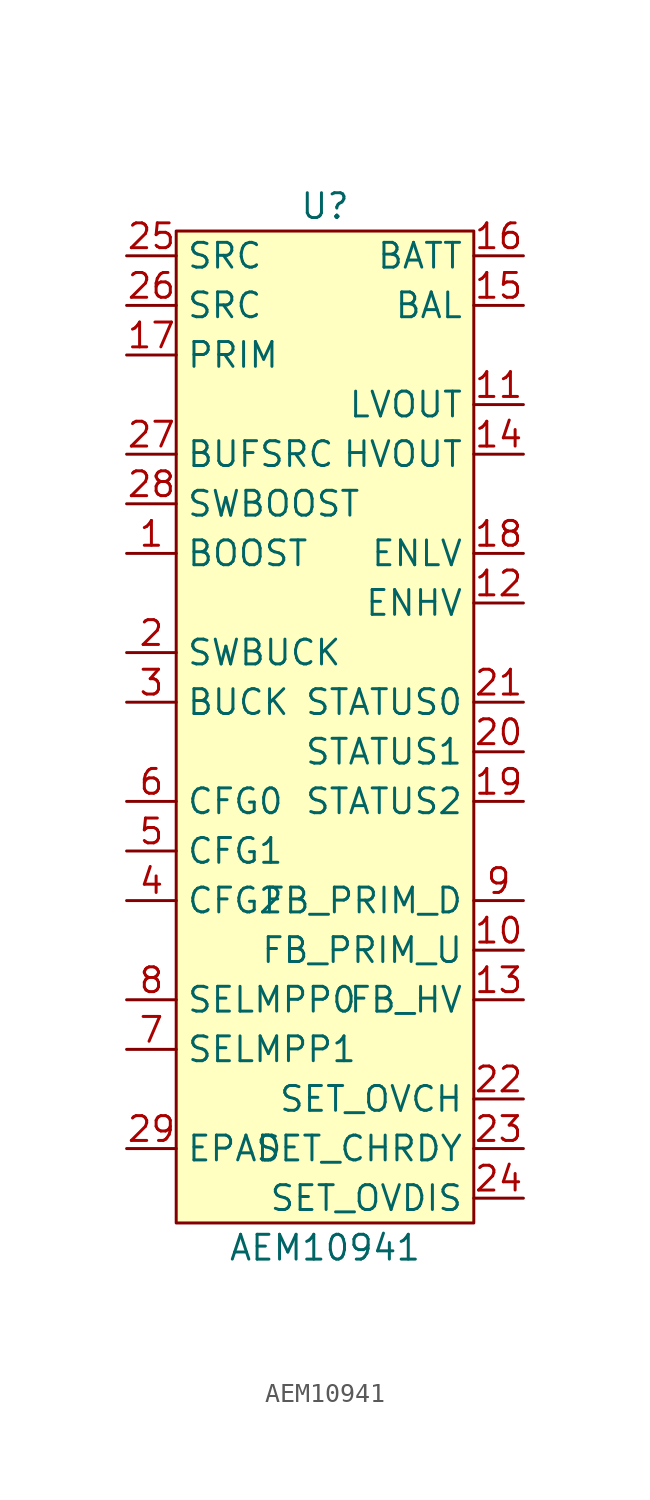
<source format=kicad_sym>
(kicad_symbol_lib
  (version 20220914)
  (generator kicad_symbol_editor)
  (symbol "AEM10941"
    (property "Reference" "U"
      (at 0 26.67 0)
      (effects (font (size 1.27 1.27))))
    (property "Value" "AEM10941"
      (at 0 -26.67 0)
      (effects (font (size 1.27 1.27))))
    (symbol "AEM10941_1_1"
      (rectangle (start -7.62 25.4) (end 7.62 -25.4) (stroke (width 0) (type default)) (fill (type background)))
      (pin passive line (at -10.16 8.89 0) (length 2.54) (name "BOOST" (effects (font (size 1.27 1.27)))) (number "1" (effects (font (size 1.27 1.27)))))
      (pin input line (at 10.16 -11.43 180) (length 2.54) (name "FB_PRIM_U" (effects (font (size 1.27 1.27)))) (number "10" (effects (font (size 1.27 1.27)))))
      (pin power_out line (at 10.16 16.51 180) (length 2.54) (name "LVOUT" (effects (font (size 1.27 1.27)))) (number "11" (effects (font (size 1.27 1.27)))))
      (pin input line (at 10.16 6.35 180) (length 2.54) (name "ENHV" (effects (font (size 1.27 1.27)))) (number "12" (effects (font (size 1.27 1.27)))))
      (pin input line (at 10.16 -13.97 180) (length 2.54) (name "FB_HV" (effects (font (size 1.27 1.27)))) (number "13" (effects (font (size 1.27 1.27)))))
      (pin power_out line (at 10.16 13.97 180) (length 2.54) (name "HVOUT" (effects (font (size 1.27 1.27)))) (number "14" (effects (font (size 1.27 1.27)))))
      (pin power_in line (at 10.16 21.59 180) (length 2.54) (name "BAL" (effects (font (size 1.27 1.27)))) (number "15" (effects (font (size 1.27 1.27)))))
      (pin power_in line (at 10.16 24.13 180) (length 2.54) (name "BATT" (effects (font (size 1.27 1.27)))) (number "16" (effects (font (size 1.27 1.27)))))
      (pin power_in line (at -10.16 19.05 0) (length 2.54) (name "PRIM" (effects (font (size 1.27 1.27)))) (number "17" (effects (font (size 1.27 1.27)))))
      (pin input line (at 10.16 8.89 180) (length 2.54) (name "ENLV" (effects (font (size 1.27 1.27)))) (number "18" (effects (font (size 1.27 1.27)))))
      (pin output line (at 10.16 -3.81 180) (length 2.54) (name "STATUS2" (effects (font (size 1.27 1.27)))) (number "19" (effects (font (size 1.27 1.27)))))
      (pin passive line (at -10.16 3.81 0) (length 2.54) (name "SWBUCK" (effects (font (size 1.27 1.27)))) (number "2" (effects (font (size 1.27 1.27)))))
      (pin output line (at 10.16 -1.27 180) (length 2.54) (name "STATUS1" (effects (font (size 1.27 1.27)))) (number "20" (effects (font (size 1.27 1.27)))))
      (pin output line (at 10.16 1.27 180) (length 2.54) (name "STATUS0" (effects (font (size 1.27 1.27)))) (number "21" (effects (font (size 1.27 1.27)))))
      (pin input line (at 10.16 -19.05 180) (length 2.54) (name "SET_OVCH" (effects (font (size 1.27 1.27)))) (number "22" (effects (font (size 1.27 1.27)))))
      (pin input line (at 10.16 -21.59 180) (length 2.54) (name "SET_CHRDY" (effects (font (size 1.27 1.27)))) (number "23" (effects (font (size 1.27 1.27)))))
      (pin input line (at 10.16 -24.13 180) (length 2.54) (name "SET_OVDIS" (effects (font (size 1.27 1.27)))) (number "24" (effects (font (size 1.27 1.27)))))
      (pin power_in line (at -10.16 24.13 0) (length 2.54) (name "SRC" (effects (font (size 1.27 1.27)))) (number "25" (effects (font (size 1.27 1.27)))))
      (pin power_in line (at -10.16 21.59 0) (length 2.54) (name "SRC" (effects (font (size 1.27 1.27)))) (number "26" (effects (font (size 1.27 1.27)))))
      (pin passive line (at -10.16 13.97 0) (length 2.54) (name "BUFSRC" (effects (font (size 1.27 1.27)))) (number "27" (effects (font (size 1.27 1.27)))))
      (pin passive line (at -10.16 11.43 0) (length 2.54) (name "SWBOOST" (effects (font (size 1.27 1.27)))) (number "28" (effects (font (size 1.27 1.27)))))
      (pin power_in line (at -10.16 -21.59 0) (length 2.54) (name "EPAD" (effects (font (size 1.27 1.27)))) (number "29" (effects (font (size 1.27 1.27)))))
      (pin passive line (at -10.16 1.27 0) (length 2.54) (name "BUCK" (effects (font (size 1.27 1.27)))) (number "3" (effects (font (size 1.27 1.27)))))
      (pin input line (at -10.16 -8.89 0) (length 2.54) (name "CFG2" (effects (font (size 1.27 1.27)))) (number "4" (effects (font (size 1.27 1.27)))))
      (pin input line (at -10.16 -6.35 0) (length 2.54) (name "CFG1" (effects (font (size 1.27 1.27)))) (number "5" (effects (font (size 1.27 1.27)))))
      (pin input line (at -10.16 -3.81 0) (length 2.54) (name "CFG0" (effects (font (size 1.27 1.27)))) (number "6" (effects (font (size 1.27 1.27)))))
      (pin input line (at -10.16 -16.51 0) (length 2.54) (name "SELMPP1" (effects (font (size 1.27 1.27)))) (number "7" (effects (font (size 1.27 1.27)))))
      (pin input line (at -10.16 -13.97 0) (length 2.54) (name "SELMPP0" (effects (font (size 1.27 1.27)))) (number "8" (effects (font (size 1.27 1.27)))))
      (pin input line (at 10.16 -8.89 180) (length 2.54) (name "FB_PRIM_D" (effects (font (size 1.27 1.27)))) (number "9" (effects (font (size 1.27 1.27))))))))
</source>
